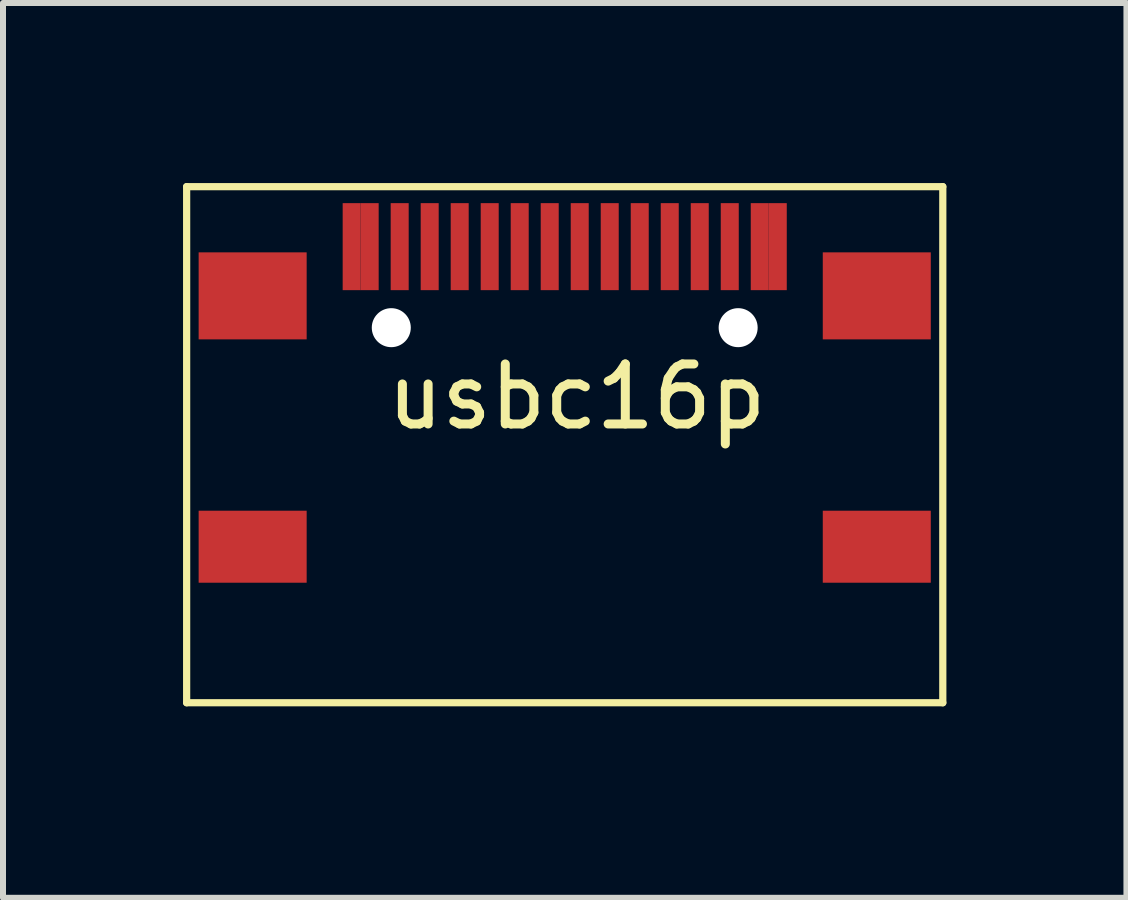
<source format=kicad_pcb>
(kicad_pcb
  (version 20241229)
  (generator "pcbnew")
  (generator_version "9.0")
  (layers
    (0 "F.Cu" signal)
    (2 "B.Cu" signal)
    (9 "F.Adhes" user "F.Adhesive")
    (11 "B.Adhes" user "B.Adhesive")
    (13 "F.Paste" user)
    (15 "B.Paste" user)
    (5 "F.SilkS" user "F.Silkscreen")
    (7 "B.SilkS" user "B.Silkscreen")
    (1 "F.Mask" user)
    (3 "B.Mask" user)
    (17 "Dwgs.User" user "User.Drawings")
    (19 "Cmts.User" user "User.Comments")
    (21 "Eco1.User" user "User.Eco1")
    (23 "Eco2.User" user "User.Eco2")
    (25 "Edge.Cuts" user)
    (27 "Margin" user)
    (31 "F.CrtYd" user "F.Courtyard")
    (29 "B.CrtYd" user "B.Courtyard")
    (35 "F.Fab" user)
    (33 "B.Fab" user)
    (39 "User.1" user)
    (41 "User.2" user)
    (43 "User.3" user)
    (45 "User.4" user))
  (footprint "usbc16p"
    (layer "F.Cu")
    (at 1.16 8.66)
    (property "Reference" "usbc16p" (at 5.4 -5.1 0) (layer "F.SilkS") (effects (font (size 1 1) (thickness 0.15))))
    (attr through_hole)
    (fp_line (start -1.1 -8.6) (end -1.1 0) (stroke (width 0.12) (type solid)) (layer "F.SilkS"))
    (fp_line (start 11.5 -8.6) (end -1.1 -8.6) (stroke (width 0.12) (type solid)) (layer "F.SilkS"))
    (fp_line (start 11.5 -8.6) (end 11.5 0) (stroke (width 0.12) (type solid)) (layer "F.SilkS"))
    (fp_line (start 11.5 0) (end -1.1 0) (stroke (width 0.12) (type solid)) (layer "F.SilkS"))
    (pad "" np_thru_hole circle (at 2.31 -6.25) (size 0.65 0.65) (drill 0.65) (layers "*.Cu" "*.Mask"))
    (pad "" np_thru_hole circle (at 8.09 -6.25) (size 0.65 0.65) (drill 0.65) (layers "*.Cu" "*.Mask"))
    (pad "a1" smd rect (at 1.65 -7.6) (size 0.3 1.45) (layers "F.Cu" "F.Mask" "F.Paste"))
    (pad "a4" smd rect (at 2.45 -7.6) (size 0.3 1.45) (layers "F.Cu" "F.Mask" "F.Paste"))
    (pad "a5" smd rect (at 3.45 -7.6) (size 0.3 1.45) (layers "F.Cu" "F.Mask" "F.Paste"))
    (pad "a6" smd rect (at 4.45 -7.6) (size 0.3 1.45) (layers "F.Cu" "F.Mask" "F.Paste"))
    (pad "a7" smd rect (at 5.45 -7.6) (size 0.3 1.45) (layers "F.Cu" "F.Mask" "F.Paste"))
    (pad "a8" smd rect (at 6.45 -7.6) (size 0.3 1.45) (layers "F.Cu" "F.Mask" "F.Paste"))
    (pad "a9" smd rect (at 7.45 -7.6) (size 0.3 1.45) (layers "F.Cu" "F.Mask" "F.Paste"))
    (pad "a12" smd rect (at 8.45 -7.6) (size 0.3 1.45) (layers "F.Cu" "F.Mask" "F.Paste"))
    (pad "b1" smd rect (at 8.75 -7.6) (size 0.3 1.45) (layers "F.Cu" "F.Mask" "F.Paste"))
    (pad "b4" smd rect (at 7.95 -7.6) (size 0.3 1.45) (layers "F.Cu" "F.Mask" "F.Paste"))
    (pad "b5" smd rect (at 6.95 -7.6) (size 0.3 1.45) (layers "F.Cu" "F.Mask" "F.Paste"))
    (pad "b6" smd rect (at 5.95 -7.6) (size 0.3 1.45) (layers "F.Cu" "F.Mask" "F.Paste"))
    (pad "b7" smd rect (at 4.95 -7.6) (size 0.3 1.45) (layers "F.Cu" "F.Mask" "F.Paste"))
    (pad "b8" smd rect (at 3.95 -7.6) (size 0.3 1.45) (layers "F.Cu" "F.Mask" "F.Paste"))
    (pad "b9" smd rect (at 2.95 -7.6) (size 0.3 1.45) (layers "F.Cu" "F.Mask" "F.Paste"))
    (pad "b12" smd rect (at 1.95 -7.6) (size 0.3 1.45) (layers "F.Cu" "F.Mask" "F.Paste"))
    (pad "shield" smd rect (at 0 -6.78) (size 1.8 1.45) (layers "F.Cu" "F.Mask" "F.Paste"))
    (pad "shield" smd rect (at 0 -2.6) (size 1.8 1.2) (layers "F.Cu" "F.Mask" "F.Paste"))
    (pad "shield" smd rect (at 10.4 -6.78) (size 1.8 1.45) (layers "F.Cu" "F.Mask" "F.Paste"))
    (pad "shield" smd rect (at 10.4 -2.6) (size 1.8 1.2) (layers "F.Cu" "F.Mask" "F.Paste")))
  (gr_rect
    (start -3 -3)
    (end 15.72 11.91)
    (stroke (width 0.1) (type default))
    (fill no)
    (layer "Edge.Cuts")))
</source>
